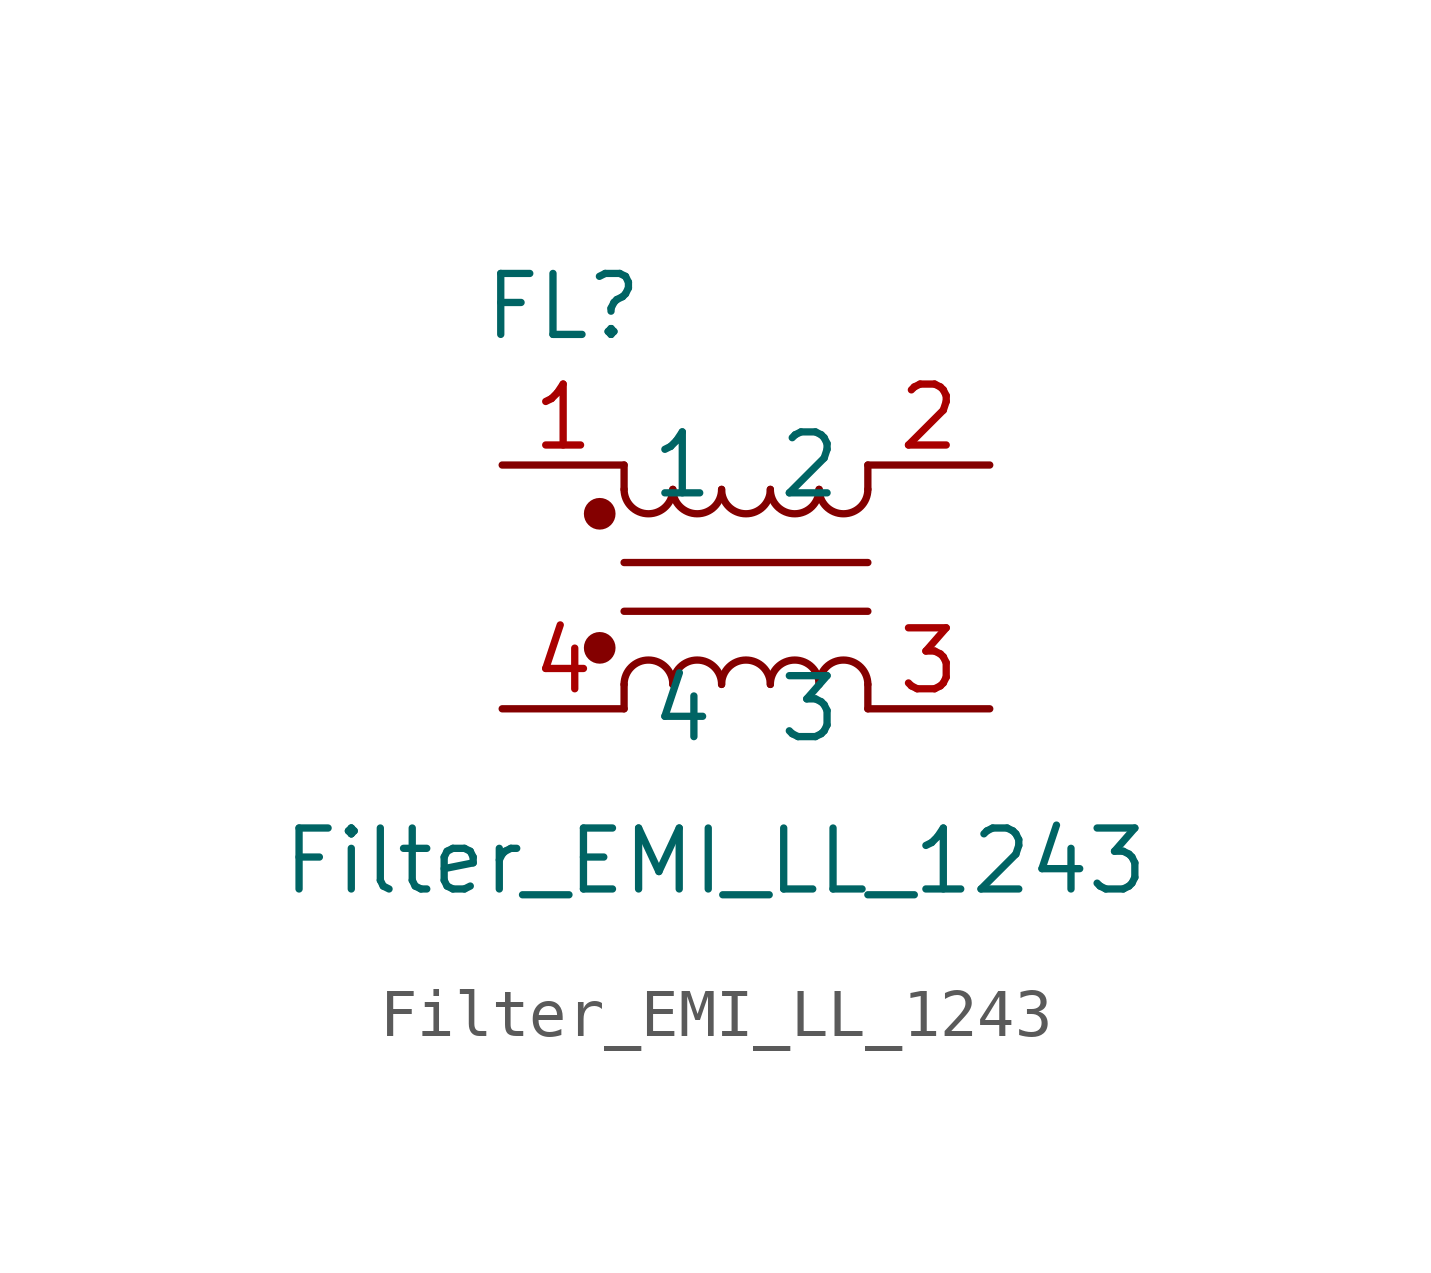
<source format=kicad_sym>
(kicad_symbol_lib
  (version 20211014)
  (generator kicad_symbol_editor)
  (symbol "Filter_EMI_LL_1243"
    (property "Reference" "FL"
      (at -2.54 5.842 0)
      (effects (font (size 1.27 1.27))))
    (property "Value" "Filter_EMI_LL_1243"
      (at 0.635 -5.715 0)
      (effects (font (size 1.27 1.27))))
    (symbol "Filter_EMI_LL_1243_0_1"
      (circle (center -1.778 -1.27) (radius 0.254) (stroke (width 0) (type default) (color 0 0 0 0)) (fill (type outline)))
      (circle (center -1.778 1.524) (radius 0.254) (stroke (width 0) (type default) (color 0 0 0 0)) (fill (type outline)))
      (arc (start -1.27 2.032) (mid -0.762 1.524) (end -0.254 2.032) (stroke (width 0) (type default) (color 0 0 0 0)) (fill (type none)))
      (arc (start -0.254 -2.032) (mid -0.762 -1.524) (end -1.27 -2.032) (stroke (width 0) (type default) (color 0 0 0 0)) (fill (type none)))
      (arc (start -0.254 2.032) (mid 0.254 1.524) (end 0.762 2.032) (stroke (width 0) (type default) (color 0 0 0 0)) (fill (type none)))
      (polyline (pts (xy -1.27 -2.032) (xy -1.27 -2.54)) (stroke (width 0) (type default) (color 0 0 0 0)) (fill (type none)))
      (polyline (pts (xy -1.27 0.508) (xy 3.81 0.508)) (stroke (width 0) (type default) (color 0 0 0 0)) (fill (type none)))
      (polyline (pts (xy -1.27 2.032) (xy -1.27 2.54)) (stroke (width 0) (type default) (color 0 0 0 0)) (fill (type none)))
      (polyline (pts (xy 3.81 -2.032) (xy 3.81 -2.54)) (stroke (width 0) (type default) (color 0 0 0 0)) (fill (type none)))
      (polyline (pts (xy 3.81 -0.508) (xy -1.27 -0.508)) (stroke (width 0) (type default) (color 0 0 0 0)) (fill (type none)))
      (polyline (pts (xy 3.81 2.54) (xy 3.81 2.032)) (stroke (width 0) (type default) (color 0 0 0 0)) (fill (type none)))
      (arc (start 0.762 -2.032) (mid 0.254 -1.524) (end -0.254 -2.032) (stroke (width 0) (type default) (color 0 0 0 0)) (fill (type none)))
      (arc (start 0.762 2.032) (mid 1.27 1.524) (end 1.778 2.032) (stroke (width 0) (type default) (color 0 0 0 0)) (fill (type none)))
      (arc (start 1.778 -2.032) (mid 1.27 -1.524) (end 0.762 -2.032) (stroke (width 0) (type default) (color 0 0 0 0)) (fill (type none)))
      (arc (start 1.778 2.032) (mid 2.286 1.524) (end 2.794 2.032) (stroke (width 0) (type default) (color 0 0 0 0)) (fill (type none)))
      (arc (start 2.794 -2.032) (mid 2.286 -1.524) (end 1.778 -2.032) (stroke (width 0) (type default) (color 0 0 0 0)) (fill (type none)))
      (arc (start 2.794 2.032) (mid 3.302 1.524) (end 3.81 2.032) (stroke (width 0) (type default) (color 0 0 0 0)) (fill (type none)))
      (arc (start 3.81 -2.032) (mid 3.302 -1.524) (end 2.794 -2.032) (stroke (width 0) (type default) (color 0 0 0 0)) (fill (type none))))
    (symbol "Filter_EMI_LL_1243_1_1"
      (pin passive line (at -3.81 2.54 0) (length 2.54) (name "1" (effects (font (size 1.27 1.27)))) (number "1" (effects (font (size 1.27 1.27)))))
      (pin passive line (at 6.35 2.54 180) (length 2.54) (name "2" (effects (font (size 1.27 1.27)))) (number "2" (effects (font (size 1.27 1.27)))))
      (pin passive line (at 6.35 -2.54 180) (length 2.54) (name "3" (effects (font (size 1.27 1.27)))) (number "3" (effects (font (size 1.27 1.27)))))
      (pin passive line (at -3.81 -2.54 0) (length 2.54) (name "4" (effects (font (size 1.27 1.27)))) (number "4" (effects (font (size 1.27 1.27))))))))
</source>
